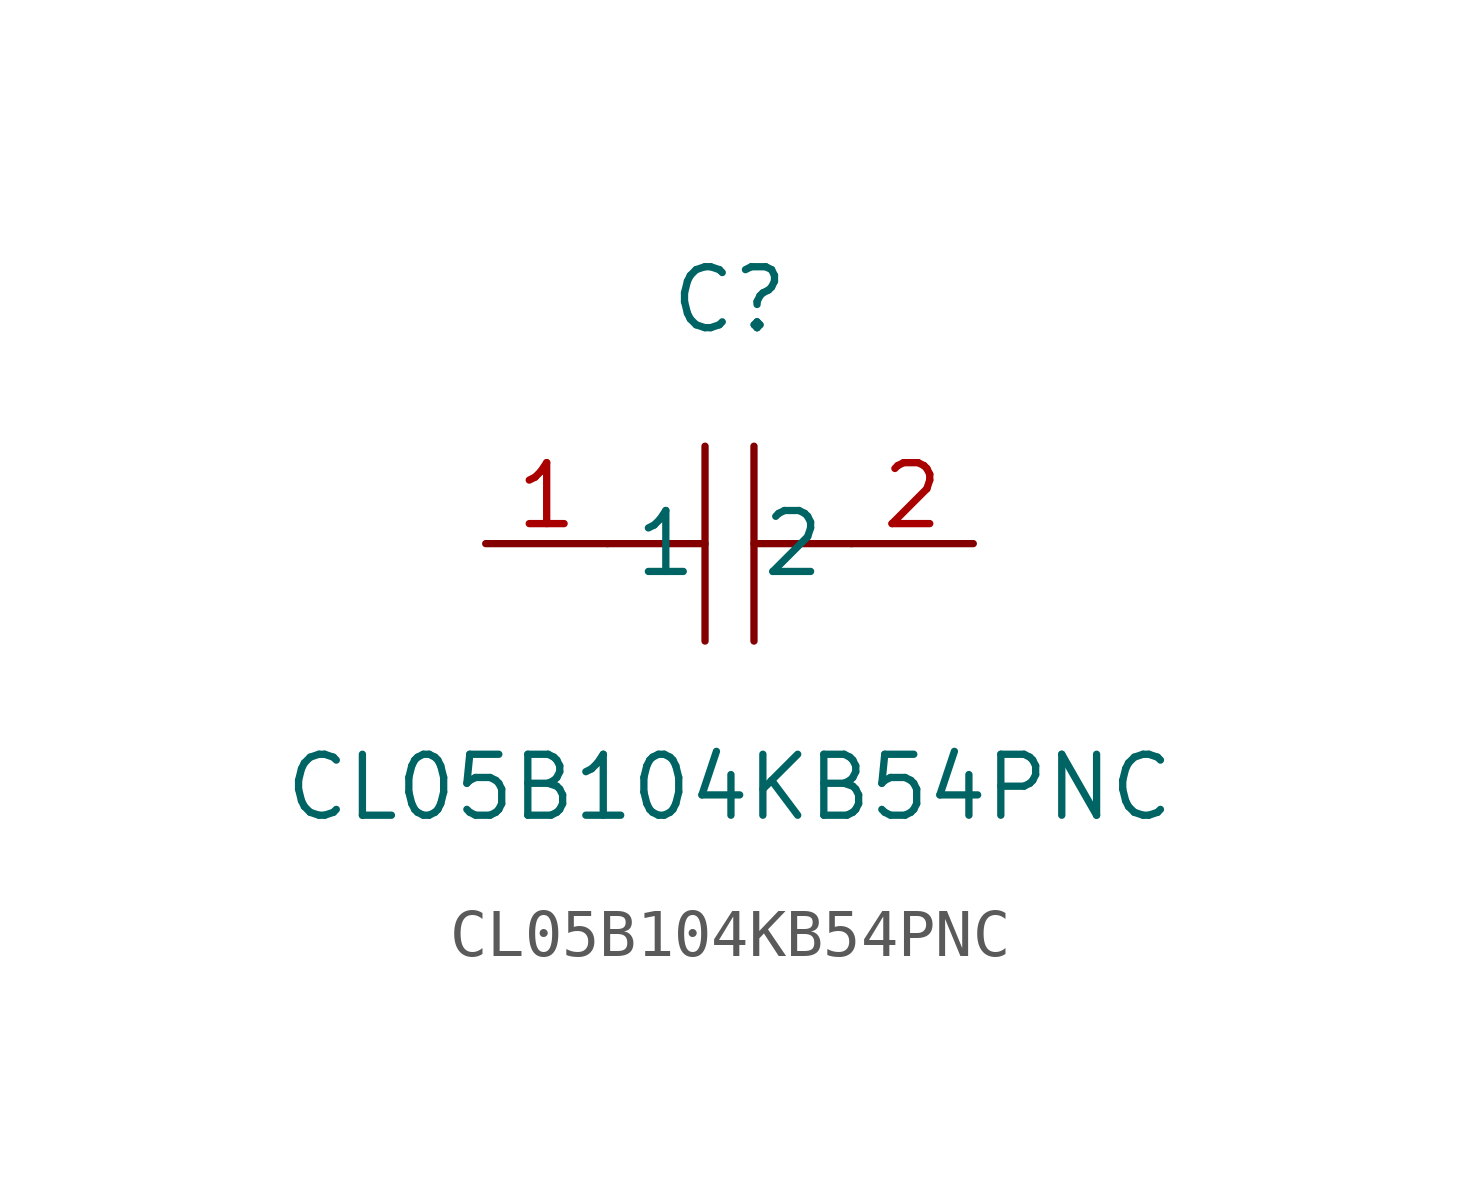
<source format=kicad_sym>
(kicad_symbol_lib
  (version 1)
  (generator "faebryk")
  (symbol "CL05B104KB54PNC"
    (property "Reference" "C"
      (at 0 5.08 0)
      (effects (font (size 1.27 1.27)) (hide no)))
    (property "Value" "CL05B104KB54PNC"
      (at 0 -5.08 0)
      (effects (font (size 1.27 1.27)) (hide no)))
    (symbol "CL05B104KB54PNC_0_1"
      (polyline (stroke (width 0) (type default) (color 0 0 0 0)) (fill (type none)) (pts (xy -0.51 2.03) (xy -0.51 -2.03)))
      (polyline (stroke (width 0) (type default) (color 0 0 0 0)) (fill (type none)) (pts (xy 2.54 0) (xy 0.51 0)))
      (polyline (stroke (width 0) (type default) (color 0 0 0 0)) (fill (type none)) (pts (xy 0.51 -2.03) (xy 0.51 2.03)))
      (polyline (stroke (width 0) (type default) (color 0 0 0 0)) (fill (type none)) (pts (xy -0.51 0) (xy -2.54 0)))
      (pin unspecified line (at -5.08 0 0) (length 2.54) (name "1" (effects (font (size 1.27 1.27)) (hide no))) (number "1" (effects (font (size 1.27 1.27)) (hide no))))
      (pin unspecified line (at 5.08 0 180) (length 2.54) (name "2" (effects (font (size 1.27 1.27)) (hide no))) (number "2" (effects (font (size 1.27 1.27)) (hide no)))))))
</source>
